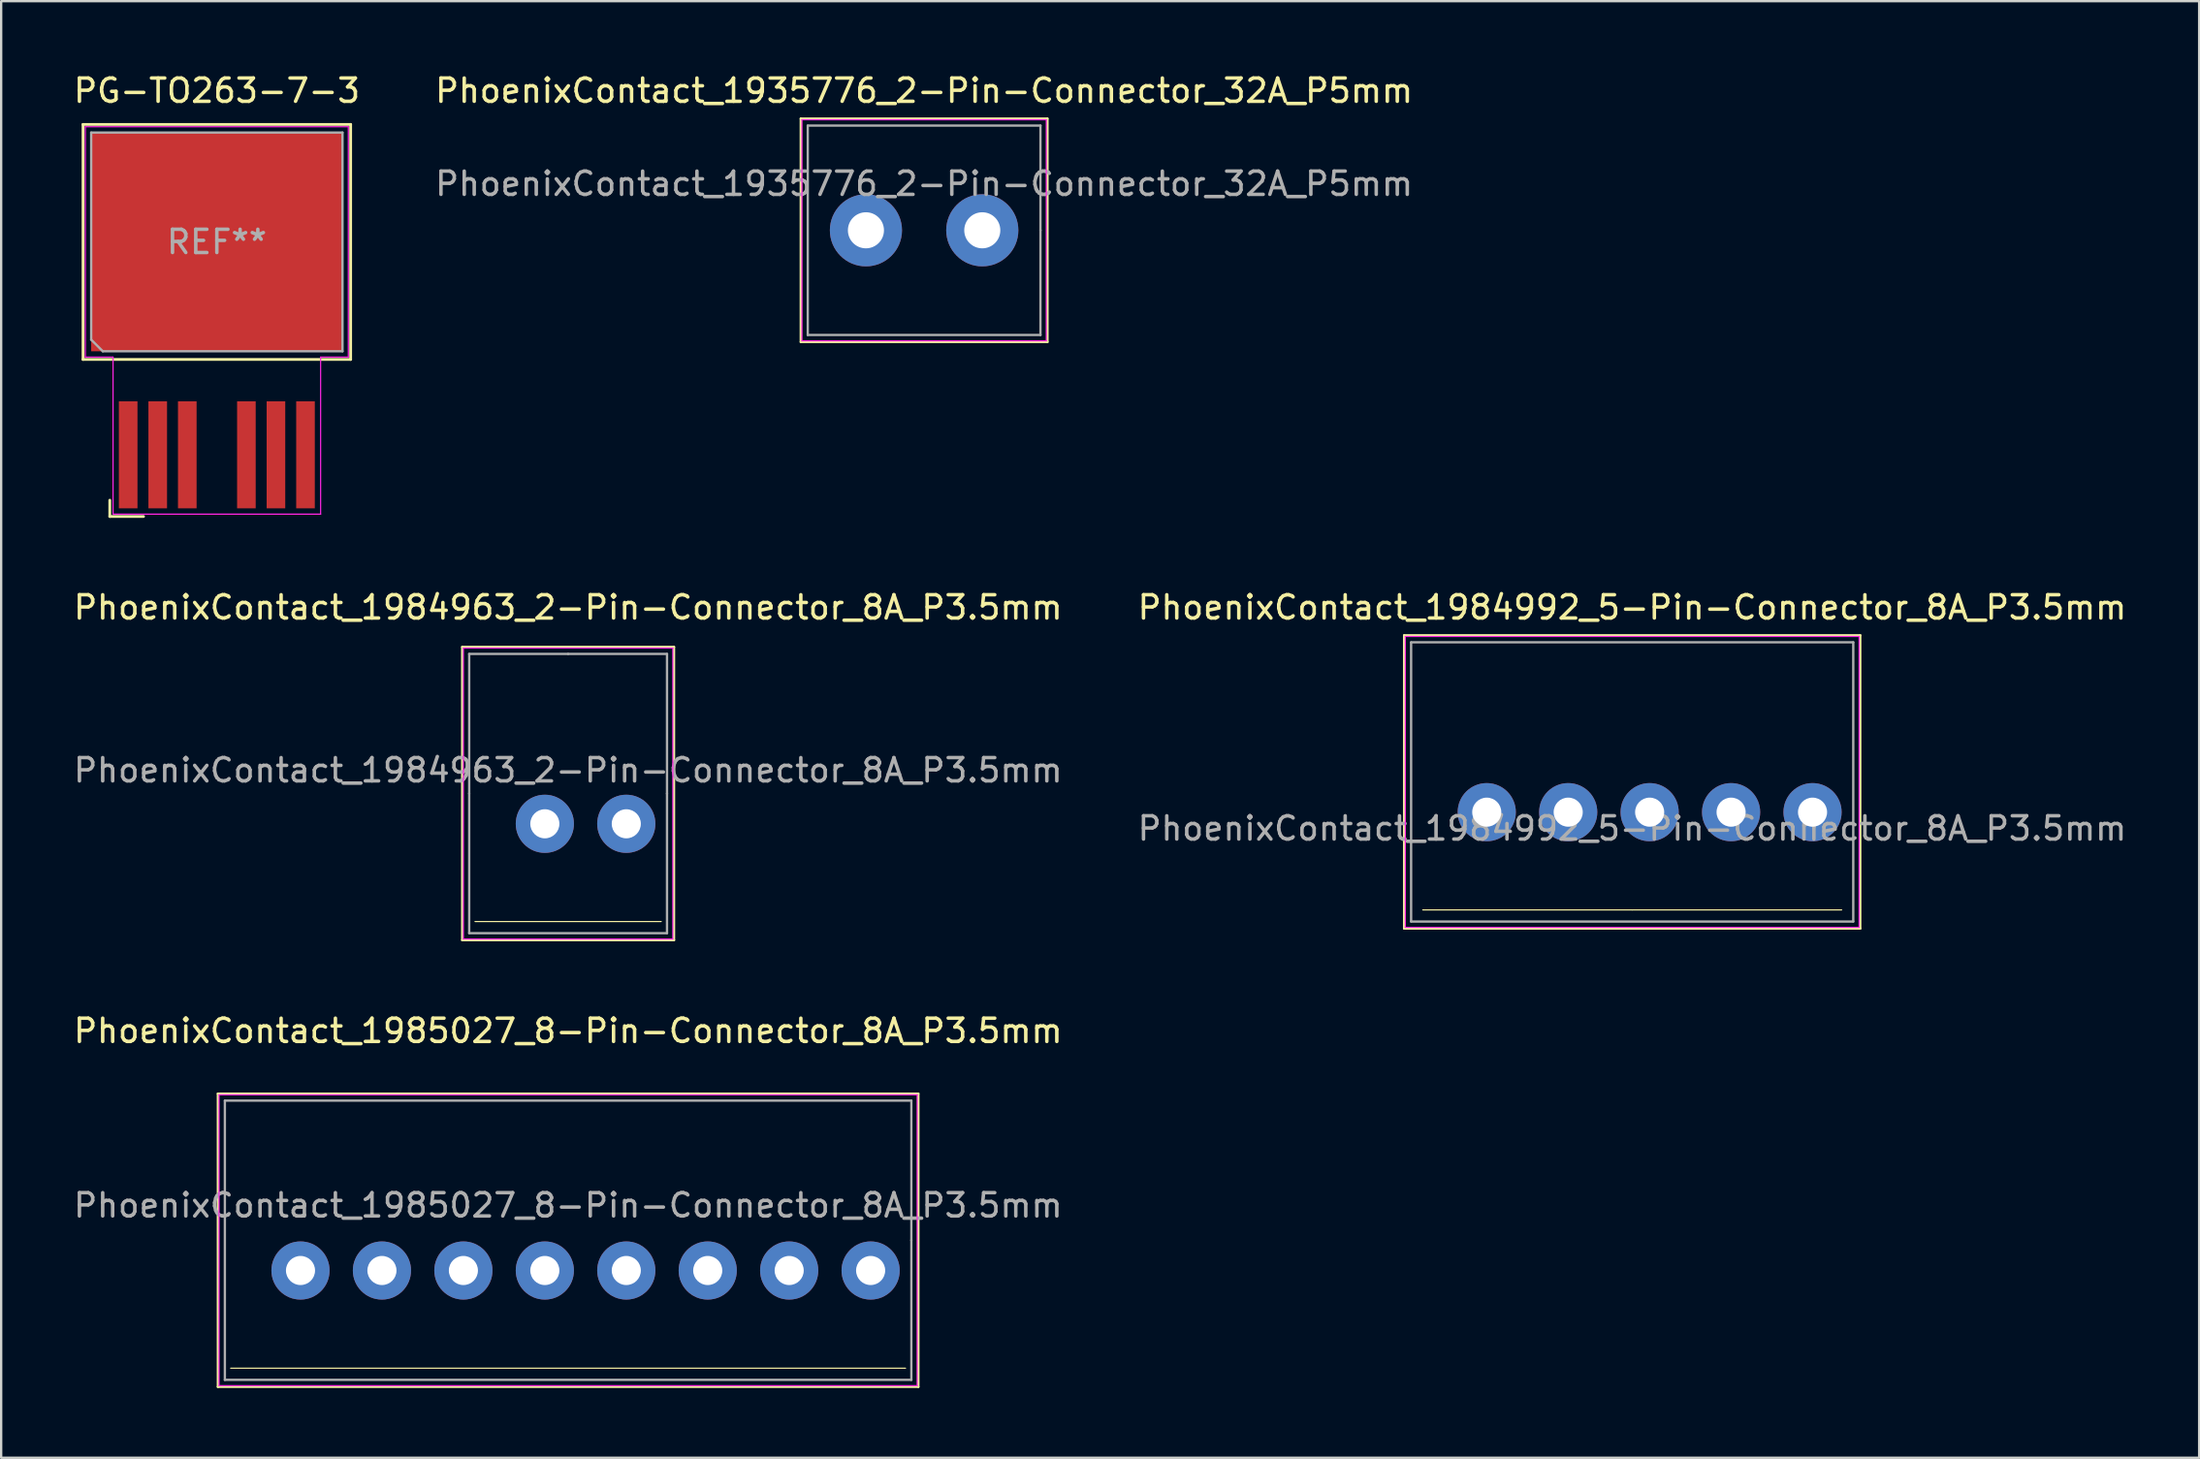
<source format=kicad_pcb>
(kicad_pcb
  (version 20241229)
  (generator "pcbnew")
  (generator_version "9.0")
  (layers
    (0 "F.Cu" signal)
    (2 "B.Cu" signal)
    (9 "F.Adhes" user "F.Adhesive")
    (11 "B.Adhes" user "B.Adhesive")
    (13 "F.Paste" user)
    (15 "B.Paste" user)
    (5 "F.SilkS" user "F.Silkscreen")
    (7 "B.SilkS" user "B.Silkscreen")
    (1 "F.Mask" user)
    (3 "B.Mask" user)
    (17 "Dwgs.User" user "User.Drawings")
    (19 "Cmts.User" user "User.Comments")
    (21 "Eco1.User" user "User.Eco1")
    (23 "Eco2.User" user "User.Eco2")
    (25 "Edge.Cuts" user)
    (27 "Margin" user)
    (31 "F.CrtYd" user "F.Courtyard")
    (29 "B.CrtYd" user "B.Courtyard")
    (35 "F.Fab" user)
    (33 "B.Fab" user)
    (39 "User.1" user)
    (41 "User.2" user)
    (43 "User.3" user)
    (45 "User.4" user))
  (footprint "PhoenixContact_1935776_2-Pin-Connector_32A_P5mm"
    (layer "F.Cu")
    (at 36.661 6.848)
    (property "Reference" "PhoenixContact_1935776_2-Pin-Connector_32A_P5mm" (at 0 -6 0) (layer "F.SilkS") (effects (font (size 1 1) (thickness 0.15))))
    (attr through_hole)
    (fp_line (start -5.3 -4.8) (end -5.3 4.8) (stroke (width 0.1) (type solid)) (layer "F.SilkS"))
    (fp_line (start -5.3 4.8) (end 5.3 4.8) (stroke (width 0.1) (type solid)) (layer "F.SilkS"))
    (fp_line (start 5.3 -4.8) (end -5.3 -4.8) (stroke (width 0.1) (type solid)) (layer "F.SilkS"))
    (fp_line (start 5.3 4.8) (end 5.3 -4.8) (stroke (width 0.1) (type solid)) (layer "F.SilkS"))
    (fp_line (start -5.25 -4.75) (end -5.25 4.75) (stroke (width 0.05) (type solid)) (layer "F.CrtYd"))
    (fp_line (start -5.25 4.75) (end 5.25 4.75) (stroke (width 0.05) (type solid)) (layer "F.CrtYd"))
    (fp_line (start 5.25 -4.75) (end -5.25 -4.75) (stroke (width 0.05) (type solid)) (layer "F.CrtYd"))
    (fp_line (start 5.25 4.75) (end 5.25 -4.75) (stroke (width 0.05) (type solid)) (layer "F.CrtYd"))
    (fp_line (start -5 -4.5) (end -5 4.5) (stroke (width 0.1) (type solid)) (layer "F.Fab"))
    (fp_line (start -5 4.5) (end 5 4.5) (stroke (width 0.1) (type solid)) (layer "F.Fab"))
    (fp_line (start 5 -4.5) (end -5 -4.5) (stroke (width 0.1) (type solid)) (layer "F.Fab"))
    (fp_line (start 5 0) (end 5 -4.5) (stroke (width 0.1) (type solid)) (layer "F.Fab"))
    (fp_line (start 5 4.5) (end 5 0) (stroke (width 0.1) (type solid)) (layer "F.Fab"))
    (fp_text user "${REFERENCE}" (at 0 -2 0) (layer "F.Fab") (effects (font (size 1 1) (thickness 0.15))))
    (pad "1" thru_hole circle (at -2.5 0) (size 3.1 3.1) (drill 1.55) (layers "*.Cu" "*.Mask"))
    (pad "2" thru_hole circle (at 2.5 0) (size 3.1 3.1) (drill 1.55) (layers "*.Cu" "*.Mask")))
  (footprint "PhoenixContact_1984992_5-Pin-Connector_8A_P3.5mm"
    (layer "F.Cu")
    (at 67.089 30.556)
    (property "Reference" "PhoenixContact_1984992_5-Pin-Connector_8A_P3.5mm" (at 0 -7.5 0) (layer "F.SilkS") (effects (font (size 1 1) (thickness 0.15))))
    (attr through_hole)
    (fp_line (start -9.8 -6.3) (end -9.8 6.3) (stroke (width 0.1) (type solid)) (layer "F.SilkS"))
    (fp_line (start -9.8 6.3) (end 9.8 6.3) (stroke (width 0.1) (type solid)) (layer "F.SilkS"))
    (fp_line (start 0 5.5) (end -9 5.5) (stroke (width 0.05) (type solid)) (layer "F.SilkS"))
    (fp_line (start 0 5.5) (end 9 5.5) (stroke (width 0.05) (type solid)) (layer "F.SilkS"))
    (fp_line (start 9.8 -6.3) (end -9.8 -6.3) (stroke (width 0.1) (type solid)) (layer "F.SilkS"))
    (fp_line (start 9.8 6.3) (end 9.8 -6.3) (stroke (width 0.1) (type solid)) (layer "F.SilkS"))
    (fp_line (start -9.75 -6.25) (end 9.75 -6.25) (stroke (width 0.05) (type solid)) (layer "F.CrtYd"))
    (fp_line (start -9.75 6.25) (end -9.75 -6.25) (stroke (width 0.05) (type solid)) (layer "F.CrtYd"))
    (fp_line (start 9.75 -6.25) (end 9.75 6.25) (stroke (width 0.05) (type solid)) (layer "F.CrtYd"))
    (fp_line (start 9.75 6.25) (end -9.75 6.25) (stroke (width 0.05) (type solid)) (layer "F.CrtYd"))
    (fp_line (start -9.5 -6) (end -9.5 6) (stroke (width 0.1) (type solid)) (layer "F.Fab"))
    (fp_line (start -9.5 6) (end 9.5 6) (stroke (width 0.1) (type solid)) (layer "F.Fab"))
    (fp_line (start 9.5 -6) (end -9.5 -6) (stroke (width 0.1) (type solid)) (layer "F.Fab"))
    (fp_line (start 9.5 6) (end 9.5 -6) (stroke (width 0.1) (type solid)) (layer "F.Fab"))
    (fp_text user "${REFERENCE}" (at 0 2 0) (layer "F.Fab") (effects (font (size 1 1) (thickness 0.15))))
    (pad "1" thru_hole circle (at -6.25 1.3) (size 2.5 2.5) (drill 1.25) (layers "*.Cu" "*.Mask"))
    (pad "2" thru_hole circle (at -2.75 1.3) (size 2.5 2.5) (drill 1.25) (layers "*.Cu" "*.Mask"))
    (pad "3" thru_hole circle (at 0.75 1.3) (size 2.5 2.5) (drill 1.25) (layers "*.Cu" "*.Mask"))
    (pad "4" thru_hole circle (at 4.25 1.3) (size 2.5 2.5) (drill 1.25) (layers "*.Cu" "*.Mask"))
    (pad "5" thru_hole circle (at 7.75 1.3) (size 2.5 2.5) (drill 1.25) (layers "*.Cu" "*.Mask")))
  (footprint "PhoenixContact_1985027_8-Pin-Connector_8A_P3.5mm"
    (layer "F.Cu")
    (at 21.363 50.255)
    (property "Reference" "PhoenixContact_1985027_8-Pin-Connector_8A_P3.5mm" (at 0 -9 0) (layer "F.SilkS") (effects (font (size 1 1) (thickness 0.15))))
    (attr through_hole)
    (fp_line (start -15.05 -6.3) (end -15.05 6.3) (stroke (width 0.1) (type solid)) (layer "F.SilkS"))
    (fp_line (start -15.05 6.3) (end 15.05 6.3) (stroke (width 0.1) (type solid)) (layer "F.SilkS"))
    (fp_line (start 14.5 5.5) (end -14.5 5.5) (stroke (width 0.05) (type solid)) (layer "F.SilkS"))
    (fp_line (start 15.05 -6.3) (end -15.05 -6.3) (stroke (width 0.1) (type solid)) (layer "F.SilkS"))
    (fp_line (start 15.05 6.3) (end 15.05 -6.3) (stroke (width 0.1) (type solid)) (layer "F.SilkS"))
    (fp_line (start -15 -6.25) (end -15 6.25) (stroke (width 0.05) (type solid)) (layer "F.CrtYd"))
    (fp_line (start -15 6.25) (end 15 6.25) (stroke (width 0.05) (type solid)) (layer "F.CrtYd"))
    (fp_line (start 15 -6.25) (end -15 -6.25) (stroke (width 0.05) (type solid)) (layer "F.CrtYd"))
    (fp_line (start 15 6.25) (end 15 -6.25) (stroke (width 0.05) (type solid)) (layer "F.CrtYd"))
    (fp_line (start -14.75 -6) (end -14.75 6) (stroke (width 0.1) (type solid)) (layer "F.Fab"))
    (fp_line (start -14.75 6) (end 14.75 6) (stroke (width 0.1) (type solid)) (layer "F.Fab"))
    (fp_line (start 14.75 -6) (end -14.75 -6) (stroke (width 0.1) (type solid)) (layer "F.Fab"))
    (fp_line (start 14.75 0) (end 14.75 -6) (stroke (width 0.1) (type solid)) (layer "F.Fab"))
    (fp_line (start 14.75 6) (end 14.75 0) (stroke (width 0.1) (type solid)) (layer "F.Fab"))
    (fp_text user "${REFERENCE}" (at 0 -1.5 0) (layer "F.Fab") (effects (font (size 1 1) (thickness 0.15))))
    (pad "1" thru_hole circle (at -11.5 1.3) (size 2.5 2.5) (drill 1.25) (layers "*.Cu" "*.Mask"))
    (pad "2" thru_hole circle (at -8 1.3) (size 2.5 2.5) (drill 1.25) (layers "*.Cu" "*.Mask"))
    (pad "3" thru_hole circle (at -4.5 1.3) (size 2.5 2.5) (drill 1.25) (layers "*.Cu" "*.Mask"))
    (pad "4" thru_hole circle (at -1 1.3) (size 2.5 2.5) (drill 1.25) (layers "*.Cu" "*.Mask"))
    (pad "5" thru_hole circle (at 2.5 1.3) (size 2.5 2.5) (drill 1.25) (layers "*.Cu" "*.Mask"))
    (pad "6" thru_hole circle (at 6 1.3) (size 2.5 2.5) (drill 1.25) (layers "*.Cu" "*.Mask"))
    (pad "7" thru_hole circle (at 9.5 1.3) (size 2.5 2.5) (drill 1.25) (layers "*.Cu" "*.Mask"))
    (pad "8" thru_hole circle (at 13 1.3) (size 2.5 2.5) (drill 1.25) (layers "*.Cu" "*.Mask")))
  (footprint "PG-TO263-7-3"
    (layer "F.Cu")
    (at 6.268 7.348)
    (property "Reference" "PG-TO263-7-3" (at 0 -6.5 0) (layer "F.SilkS") (effects (font (size 1 1) (thickness 0.15))))
    (attr through_hole)
    (fp_line (start -5.75 -5.05) (end -5.75 5.05) (stroke (width 0.12) (type solid)) (layer "F.SilkS"))
    (fp_line (start -5.75 5.05) (end 5.75 5.05) (stroke (width 0.12) (type solid)) (layer "F.SilkS"))
    (fp_line (start -4.6 11.8) (end -4.6 11.1) (stroke (width 0.12) (type solid)) (layer "F.SilkS"))
    (fp_line (start -3.15 11.8) (end -4.6 11.8) (stroke (width 0.12) (type solid)) (layer "F.SilkS"))
    (fp_line (start 5.75 -5.05) (end -5.75 -5.05) (stroke (width 0.12) (type solid)) (layer "F.SilkS"))
    (fp_line (start 5.75 5.05) (end 5.75 -5.05) (stroke (width 0.12) (type solid)) (layer "F.SilkS"))
    (fp_line (start -5.65 -4.95) (end -5.65 4.95) (stroke (width 0.05) (type solid)) (layer "F.CrtYd"))
    (fp_line (start -5.65 4.95) (end -4.46 4.95) (stroke (width 0.05) (type solid)) (layer "F.CrtYd"))
    (fp_line (start -4.46 4.95) (end -4.46 11.7) (stroke (width 0.05) (type solid)) (layer "F.CrtYd"))
    (fp_line (start -4.46 11.7) (end 4.46 11.7) (stroke (width 0.05) (type solid)) (layer "F.CrtYd"))
    (fp_line (start 4.46 4.95) (end 5.65 4.95) (stroke (width 0.05) (type solid)) (layer "F.CrtYd"))
    (fp_line (start 4.46 11.7) (end 4.46 4.95) (stroke (width 0.05) (type solid)) (layer "F.CrtYd"))
    (fp_line (start 5.65 -4.95) (end -5.65 -4.95) (stroke (width 0.05) (type solid)) (layer "F.CrtYd"))
    (fp_line (start 5.65 4.95) (end 5.65 -4.95) (stroke (width 0.05) (type solid)) (layer "F.CrtYd"))
    (fp_line (start -5.4 -4.7) (end -5.4 4.2) (stroke (width 0.1) (type solid)) (layer "F.Fab"))
    (fp_line (start -5.4 4.2) (end -4.9 4.7) (stroke (width 0.1) (type solid)) (layer "F.Fab"))
    (fp_line (start -4.9 4.7) (end 5.4 4.7) (stroke (width 0.1) (type solid)) (layer "F.Fab"))
    (fp_line (start 5.4 -4.7) (end -5.4 -4.7) (stroke (width 0.1) (type solid)) (layer "F.Fab"))
    (fp_line (start 5.4 4.7) (end 5.4 -4.7) (stroke (width 0.1) (type solid)) (layer "F.Fab"))
    (fp_text user "REF**" (at 0 0 0) (layer "F.Fab") (effects (font (size 1 1) (thickness 0.15))))
    (pad "1" smd rect (at -3.81 9.15) (size 0.8 4.6) (layers "F.Cu" "F.Mask" "F.Paste"))
    (pad "2" smd rect (at 0 0) (size 10.8 9.4) (layers "F.Cu" "F.Mask" "F.Paste"))
    (pad "3" smd rect (at -2.54 9.15) (size 0.8 4.6) (layers "F.Cu" "F.Mask" "F.Paste"))
    (pad "3" smd rect (at -1.27 9.15) (size 0.8 4.6) (layers "F.Cu" "F.Mask" "F.Paste"))
    (pad "3" smd rect (at 1.27 9.15) (size 0.8 4.6) (layers "F.Cu" "F.Mask" "F.Paste"))
    (pad "3" smd rect (at 2.54 9.15) (size 0.8 4.6) (layers "F.Cu" "F.Mask" "F.Paste"))
    (pad "3" smd rect (at 3.81 9.15) (size 0.8 4.6) (layers "F.Cu" "F.Mask" "F.Paste")))
  (footprint "PhoenixContact_1984963_2-Pin-Connector_8A_P3.5mm"
    (layer "F.Cu")
    (at 21.363 31.056)
    (property "Reference" "PhoenixContact_1984963_2-Pin-Connector_8A_P3.5mm" (at 0 -8 0) (layer "F.SilkS") (effects (font (size 1 1) (thickness 0.15))))
    (attr through_hole)
    (fp_line (start -4.55 -6.3) (end -4.55 6.3) (stroke (width 0.1) (type solid)) (layer "F.SilkS"))
    (fp_line (start -4.55 6.3) (end 4.55 6.3) (stroke (width 0.1) (type solid)) (layer "F.SilkS"))
    (fp_line (start 4 5.5) (end -4 5.5) (stroke (width 0.05) (type solid)) (layer "F.SilkS"))
    (fp_line (start 4.55 -6.3) (end -4.55 -6.3) (stroke (width 0.1) (type solid)) (layer "F.SilkS"))
    (fp_line (start 4.55 6.3) (end 4.55 -6.3) (stroke (width 0.1) (type solid)) (layer "F.SilkS"))
    (fp_line (start -4.5 -6.25) (end -4.5 6.25) (stroke (width 0.05) (type solid)) (layer "F.CrtYd"))
    (fp_line (start -4.5 6.25) (end 4.5 6.25) (stroke (width 0.05) (type solid)) (layer "F.CrtYd"))
    (fp_line (start 4.5 -6.25) (end -4.5 -6.25) (stroke (width 0.05) (type solid)) (layer "F.CrtYd"))
    (fp_line (start 4.5 6.25) (end 4.5 -6.25) (stroke (width 0.05) (type solid)) (layer "F.CrtYd"))
    (fp_line (start -4.25 -6) (end -4.25 0) (stroke (width 0.1) (type solid)) (layer "F.Fab"))
    (fp_line (start -4.25 0) (end -4.25 6) (stroke (width 0.1) (type solid)) (layer "F.Fab"))
    (fp_line (start -4.25 6) (end 4.25 6) (stroke (width 0.1) (type solid)) (layer "F.Fab"))
    (fp_line (start 0 -6) (end -4.25 -6) (stroke (width 0.1) (type solid)) (layer "F.Fab"))
    (fp_line (start 4.25 -6) (end 0 -6) (stroke (width 0.1) (type solid)) (layer "F.Fab"))
    (fp_line (start 4.25 0) (end 4.25 -6) (stroke (width 0.1) (type solid)) (layer "F.Fab"))
    (fp_line (start 4.25 6) (end 4.25 0) (stroke (width 0.1) (type solid)) (layer "F.Fab"))
    (fp_text user "${REFERENCE}" (at 0 -1 0) (layer "F.Fab") (effects (font (size 1 1) (thickness 0.15))))
    (pad "1" thru_hole circle (at -1 1.3) (size 2.5 2.5) (drill 1.25) (layers "*.Cu" "*.Mask"))
    (pad "2" thru_hole circle (at 2.5 1.3) (size 2.5 2.5) (drill 1.25) (layers "*.Cu" "*.Mask")))
  (gr_rect
    (start -3 -3)
    (end 91.452 59.605)
    (stroke (width 0.1) (type default))
    (fill no)
    (layer "Edge.Cuts")))
</source>
